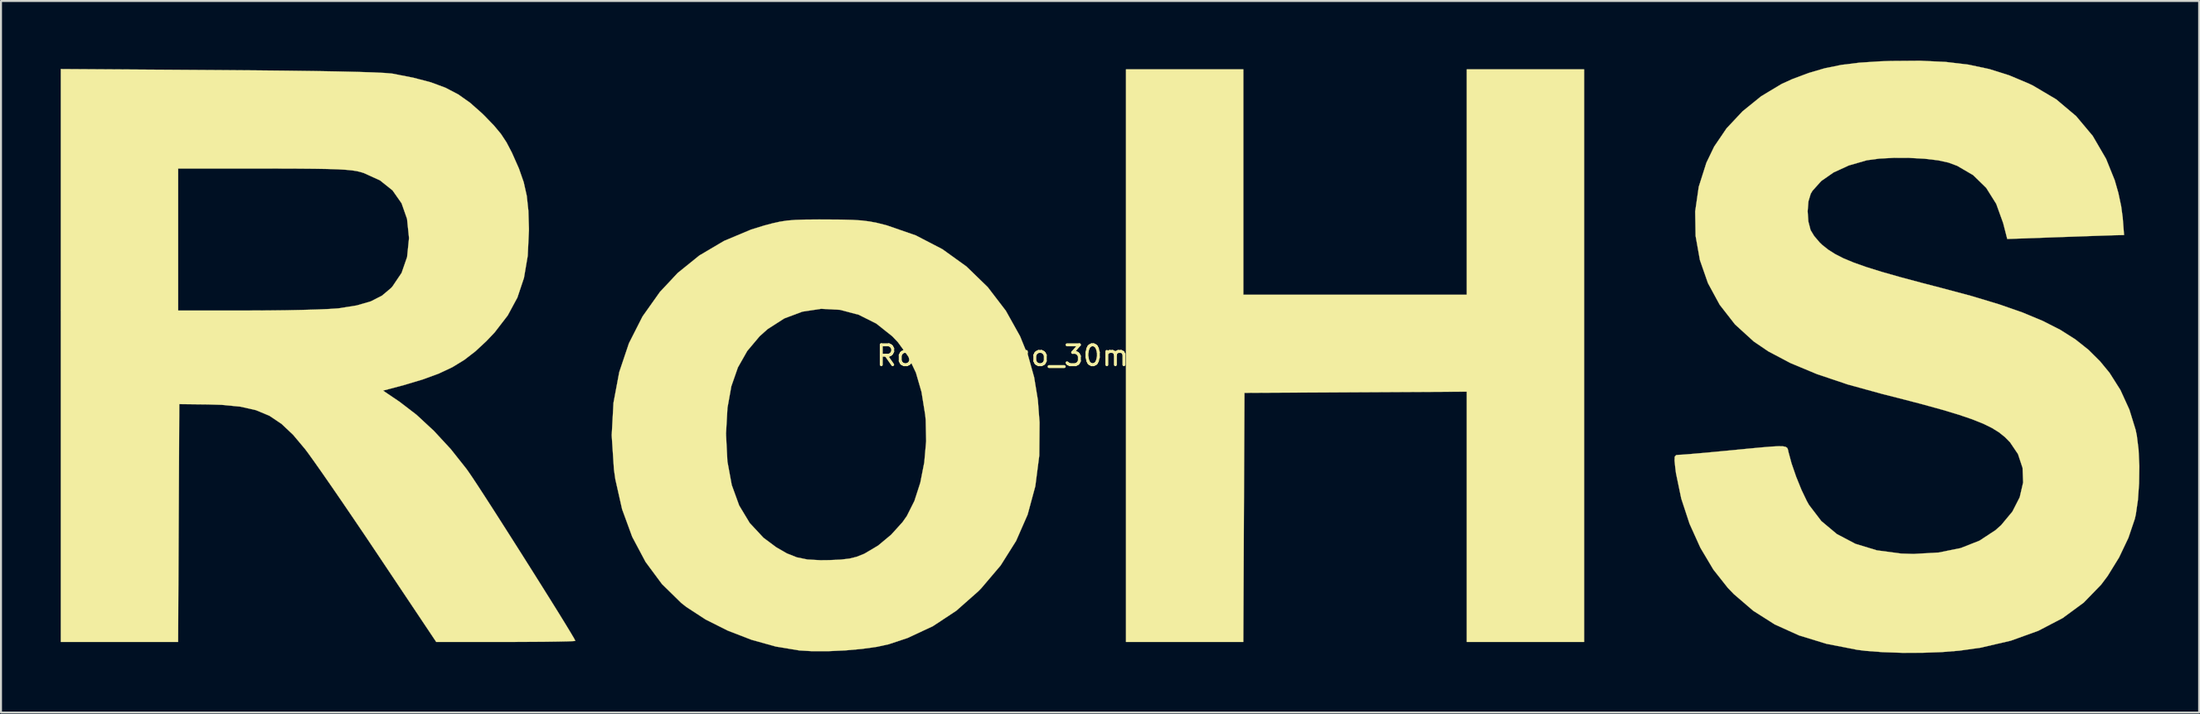
<source format=kicad_pcb>
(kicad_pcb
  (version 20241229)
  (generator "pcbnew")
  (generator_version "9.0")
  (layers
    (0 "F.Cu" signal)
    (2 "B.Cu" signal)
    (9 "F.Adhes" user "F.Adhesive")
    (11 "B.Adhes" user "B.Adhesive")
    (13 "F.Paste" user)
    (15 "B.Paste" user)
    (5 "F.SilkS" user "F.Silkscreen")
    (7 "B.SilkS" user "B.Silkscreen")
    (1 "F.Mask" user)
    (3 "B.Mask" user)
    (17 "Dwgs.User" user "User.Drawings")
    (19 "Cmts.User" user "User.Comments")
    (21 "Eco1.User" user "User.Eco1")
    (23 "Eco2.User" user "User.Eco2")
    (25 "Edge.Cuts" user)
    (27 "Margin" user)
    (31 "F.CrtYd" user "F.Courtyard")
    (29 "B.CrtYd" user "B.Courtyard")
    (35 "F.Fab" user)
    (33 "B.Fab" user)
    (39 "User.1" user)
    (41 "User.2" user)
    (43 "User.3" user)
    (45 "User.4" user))
  (footprint "RoHS-Logo_30mm_SilkScreen"
    (layer "F.Cu")
    (at 52.279 14.84)
    (property "Reference" "RoHS-Logo_30mm_SilkScreen" (at 0 0 0) (layer "F.SilkS") (effects (font (size 1 1) (thickness 0.15))))
    (attr exclude_from_pos_files exclude_from_bom allow_missing_courtyard)
    (fp_poly (pts (xy 7.144 -3.062) (xy 18.37 -3.062) (xy 18.37 -14.401) (xy 24.266 -14.401) (xy 24.266 14.401) (xy 18.37 14.401) (xy 18.37 1.812) (xy 7.2 1.871) (xy 7.171 8.136) (xy 7.142 14.401) (xy 1.247 14.401) (xy 1.247 -14.401) (xy 7.144 -14.401) (xy 7.144 -3.062)) (stroke (width 0.01) (type solid)) (fill yes) (layer "F.SilkS"))
    (fp_poly (pts (xy -13.834 -6.849) (xy -13.077 -6.844) (xy -12.493 -6.829) (xy -12.031 -6.8) (xy -11.635 -6.75) (xy -11.254 -6.676) (xy -10.835 -6.571) (xy -10.765 -6.552) (xy -9.314 -6.049) (xy -7.977 -5.355) (xy -6.767 -4.484) (xy -5.7 -3.448) (xy -4.79 -2.259) (xy -4.075 -0.977) (xy -3.66 0.043) (xy -3.367 1.09) (xy -3.181 2.228) (xy -3.096 3.357) (xy -3.11 5.026) (xy -3.309 6.568) (xy -3.695 7.996) (xy -4.274 9.319) (xy -5.049 10.551) (xy -6.025 11.702) (xy -6.175 11.855) (xy -7.281 12.833) (xy -8.454 13.608) (xy -9.733 14.205) (xy -10.679 14.519) (xy -11.27 14.648) (xy -12.019 14.752) (xy -12.856 14.827) (xy -13.714 14.867) (xy -14.524 14.867) (xy -15.162 14.83) (xy -16.346 14.634) (xy -17.566 14.294) (xy -18.762 13.832) (xy -19.875 13.273) (xy -20.843 12.642) (xy -21.101 12.439) (xy -22.069 11.489) (xy -22.893 10.375) (xy -23.563 9.114) (xy -24.072 7.722) (xy -24.411 6.217) (xy -24.481 5.726) (xy -24.593 4.01) (xy -24.591 3.969) (xy -18.849 3.969) (xy -18.78 5.32) (xy -18.562 6.506) (xy -18.189 7.536) (xy -17.659 8.418) (xy -16.967 9.161) (xy -16.328 9.638) (xy -15.797 9.945) (xy -15.298 10.144) (xy -14.759 10.254) (xy -14.109 10.29) (xy -13.664 10.285) (xy -13.08 10.259) (xy -12.648 10.208) (xy -12.292 10.12) (xy -11.937 9.98) (xy -11.882 9.954) (xy -11.21 9.555) (xy -10.551 9.006) (xy -9.982 8.376) (xy -9.765 8.068) (xy -9.384 7.309) (xy -9.088 6.392) (xy -8.888 5.371) (xy -8.794 4.302) (xy -8.816 3.239) (xy -8.842 2.975) (xy -9.027 1.826) (xy -9.308 0.856) (xy -9.699 0.032) (xy -10.214 -0.678) (xy -10.496 -0.975) (xy -11.3 -1.614) (xy -12.183 -2.057) (xy -13.117 -2.304) (xy -14.071 -2.356) (xy -15.015 -2.212) (xy -15.92 -1.873) (xy -16.755 -1.338) (xy -17.162 -0.974) (xy -17.783 -0.235) (xy -18.253 0.594) (xy -18.582 1.54) (xy -18.777 2.628) (xy -18.848 3.885) (xy -18.849 3.969) (xy -24.591 3.969) (xy -24.504 2.373) (xy -24.214 0.826) (xy -23.727 -0.625) (xy -23.045 -1.971) (xy -22.171 -3.205) (xy -21.277 -4.16) (xy -20.192 -5.037) (xy -18.951 -5.771) (xy -17.591 -6.342) (xy -16.942 -6.543) (xy -16.509 -6.658) (xy -16.136 -6.741) (xy -15.771 -6.796) (xy -15.36 -6.829) (xy -14.851 -6.845) (xy -14.191 -6.85) (xy -13.834 -6.849)) (stroke (width 0.01) (type solid)) (fill yes) (layer "F.SilkS"))
    (fp_poly (pts (xy -44.308 -14.365) (xy -42.527 -14.351) (xy -40.936 -14.335) (xy -39.539 -14.317) (xy -38.343 -14.296) (xy -37.352 -14.273) (xy -36.571 -14.248) (xy -36.005 -14.221) (xy -35.659 -14.192) (xy -35.605 -14.185) (xy -34.553 -13.979) (xy -33.682 -13.75) (xy -32.948 -13.478) (xy -32.305 -13.142) (xy -31.709 -12.721) (xy -31.114 -12.194) (xy -30.988 -12.071) (xy -30.511 -11.577) (xy -30.158 -11.153) (xy -29.877 -10.726) (xy -29.615 -10.224) (xy -29.601 -10.195) (xy -29.256 -9.416) (xy -29.014 -8.722) (xy -28.861 -8.037) (xy -28.78 -7.286) (xy -28.753 -6.394) (xy -28.753 -6.293) (xy -28.813 -5.024) (xy -29.001 -3.913) (xy -29.331 -2.924) (xy -29.818 -2.022) (xy -30.476 -1.167) (xy -30.889 -0.732) (xy -31.443 -0.217) (xy -31.998 0.212) (xy -32.593 0.577) (xy -33.269 0.896) (xy -34.066 1.19) (xy -35.024 1.478) (xy -35.703 1.659) (xy -36.084 1.758) (xy -35.249 2.323) (xy -34.4 2.975) (xy -33.525 3.787) (xy -32.675 4.707) (xy -31.904 5.68) (xy -31.789 5.84) (xy -31.594 6.126) (xy -31.311 6.555) (xy -30.955 7.103) (xy -30.54 7.747) (xy -30.083 8.462) (xy -29.597 9.226) (xy -29.097 10.014) (xy -28.6 10.802) (xy -28.119 11.568) (xy -27.669 12.286) (xy -27.266 12.934) (xy -26.925 13.488) (xy -26.661 13.923) (xy -26.487 14.217) (xy -26.421 14.346) (xy -26.421 14.348) (xy -26.529 14.361) (xy -26.838 14.373) (xy -27.318 14.383) (xy -27.943 14.392) (xy -28.686 14.397) (xy -29.518 14.401) (xy -29.916 14.401) (xy -33.411 14.401) (xy -36.308 10.064) (xy -36.932 9.132) (xy -37.547 8.223) (xy -38.133 7.361) (xy -38.675 6.571) (xy -39.155 5.879) (xy -39.555 5.31) (xy -39.859 4.887) (xy -39.998 4.702) (xy -40.599 3.985) (xy -41.183 3.433) (xy -41.793 3.024) (xy -42.47 2.742) (xy -43.256 2.565) (xy -44.194 2.475) (xy -44.897 2.454) (xy -46.321 2.438) (xy -46.35 8.419) (xy -46.38 14.401) (xy -52.274 14.401) (xy -52.274 -9.412) (xy -46.378 -9.412) (xy -46.378 -2.268) (xy -42.834 -2.269) (xy -41.904 -2.273) (xy -40.998 -2.283) (xy -40.155 -2.3) (xy -39.413 -2.321) (xy -38.81 -2.347) (xy -38.385 -2.375) (xy -38.3 -2.383) (xy -37.407 -2.525) (xy -36.698 -2.731) (xy -36.136 -3.018) (xy -35.683 -3.4) (xy -35.615 -3.474) (xy -35.151 -4.162) (xy -34.874 -4.962) (xy -34.78 -5.888) (xy -34.781 -5.953) (xy -34.877 -6.88) (xy -35.152 -7.665) (xy -35.604 -8.311) (xy -36.236 -8.817) (xy -37.047 -9.185) (xy -37.196 -9.232) (xy -37.389 -9.28) (xy -37.63 -9.318) (xy -37.943 -9.349) (xy -38.351 -9.373) (xy -38.877 -9.39) (xy -39.546 -9.401) (xy -40.382 -9.408) (xy -41.406 -9.411) (xy -42.089 -9.412) (xy -46.378 -9.412) (xy -52.274 -9.412) (xy -52.274 -14.417) (xy -44.308 -14.365)) (stroke (width 0.01) (type solid)) (fill yes) (layer "F.SilkS"))
    (fp_poly (pts (xy 42.433 -14.775) (xy 43.58 -14.638) (xy 44.63 -14.415) (xy 45.624 -14.101) (xy 46.603 -13.689) (xy 46.819 -13.585) (xy 47.987 -12.893) (xy 48.987 -12.05) (xy 49.822 -11.053) (xy 50.493 -9.899) (xy 50.927 -8.823) (xy 51.11 -8.183) (xy 51.253 -7.507) (xy 51.328 -6.947) (xy 51.396 -6.067) (xy 51.07 -6.06) (xy 50.865 -6.055) (xy 50.47 -6.042) (xy 49.923 -6.024) (xy 49.261 -6.001) (xy 48.52 -5.975) (xy 48.135 -5.962) (xy 45.527 -5.869) (xy 45.321 -6.671) (xy 44.973 -7.635) (xy 44.469 -8.44) (xy 43.814 -9.08) (xy 43.016 -9.547) (xy 42.579 -9.71) (xy 42.054 -9.825) (xy 41.374 -9.905) (xy 40.609 -9.947) (xy 39.828 -9.95) (xy 39.1 -9.912) (xy 38.494 -9.831) (xy 38.45 -9.822) (xy 37.569 -9.568) (xy 36.802 -9.216) (xy 36.181 -8.784) (xy 35.742 -8.294) (xy 35.652 -8.142) (xy 35.537 -7.76) (xy 35.498 -7.263) (xy 35.533 -6.749) (xy 35.645 -6.317) (xy 35.645 -6.316) (xy 35.825 -6.019) (xy 36.102 -5.693) (xy 36.237 -5.564) (xy 36.534 -5.329) (xy 36.881 -5.109) (xy 37.299 -4.895) (xy 37.812 -4.682) (xy 38.441 -4.459) (xy 39.208 -4.219) (xy 40.137 -3.954) (xy 41.248 -3.656) (xy 42.182 -3.414) (xy 43.751 -2.994) (xy 45.116 -2.582) (xy 46.297 -2.17) (xy 47.316 -1.745) (xy 48.193 -1.298) (xy 48.95 -0.818) (xy 49.609 -0.294) (xy 50.19 0.284) (xy 50.668 0.866) (xy 51.213 1.727) (xy 51.663 2.714) (xy 51.977 3.73) (xy 52.037 4.018) (xy 52.125 4.726) (xy 52.163 5.553) (xy 52.151 6.423) (xy 52.093 7.257) (xy 51.989 7.977) (xy 51.938 8.207) (xy 51.615 9.164) (xy 51.146 10.151) (xy 50.573 11.081) (xy 50.242 11.523) (xy 49.365 12.427) (xy 48.311 13.201) (xy 47.088 13.84) (xy 45.708 14.338) (xy 44.181 14.692) (xy 43.113 14.842) (xy 42.232 14.912) (xy 41.25 14.947) (xy 40.238 14.948) (xy 39.267 14.915) (xy 38.408 14.85) (xy 37.987 14.797) (xy 36.437 14.494) (xy 35.064 14.072) (xy 33.847 13.522) (xy 32.763 12.833) (xy 31.789 11.995) (xy 31.49 11.685) (xy 30.758 10.758) (xy 30.108 9.664) (xy 29.563 8.456) (xy 29.147 7.189) (xy 28.882 5.913) (xy 28.847 5.641) (xy 28.81 5.276) (xy 28.819 5.081) (xy 28.888 5.003) (xy 29.035 4.989) (xy 29.042 4.989) (xy 29.234 4.979) (xy 29.613 4.949) (xy 30.141 4.903) (xy 30.778 4.845) (xy 31.486 4.778) (xy 31.637 4.764) (xy 32.506 4.679) (xy 33.177 4.616) (xy 33.675 4.575) (xy 34.027 4.556) (xy 34.26 4.561) (xy 34.4 4.59) (xy 34.474 4.644) (xy 34.508 4.723) (xy 34.53 4.83) (xy 34.534 4.848) (xy 34.69 5.424) (xy 34.919 6.088) (xy 35.187 6.75) (xy 35.459 7.319) (xy 35.566 7.509) (xy 36.184 8.32) (xy 36.962 8.972) (xy 37.894 9.464) (xy 38.975 9.793) (xy 40.199 9.956) (xy 40.821 9.975) (xy 42.086 9.902) (xy 43.187 9.68) (xy 44.134 9.306) (xy 44.939 8.777) (xy 45.222 8.523) (xy 45.784 7.846) (xy 46.153 7.123) (xy 46.325 6.38) (xy 46.297 5.647) (xy 46.066 4.95) (xy 45.664 4.355) (xy 45.411 4.097) (xy 45.116 3.861) (xy 44.758 3.638) (xy 44.316 3.421) (xy 43.77 3.203) (xy 43.098 2.974) (xy 42.28 2.727) (xy 41.295 2.455) (xy 40.122 2.149) (xy 39.268 1.933) (xy 37.507 1.448) (xy 35.961 0.927) (xy 34.631 0.372) (xy 33.52 -0.216) (xy 32.791 -0.711) (xy 31.848 -1.571) (xy 31.079 -2.558) (xy 30.489 -3.645) (xy 30.084 -4.808) (xy 29.868 -6.02) (xy 29.847 -7.257) (xy 30.025 -8.492) (xy 30.409 -9.702) (xy 30.8 -10.516) (xy 31.424 -11.435) (xy 32.228 -12.292) (xy 33.163 -13.049) (xy 34.185 -13.664) (xy 34.724 -13.91) (xy 35.557 -14.222) (xy 36.36 -14.457) (xy 37.189 -14.625) (xy 38.103 -14.738) (xy 39.16 -14.806) (xy 39.689 -14.824) (xy 41.15 -14.835) (xy 42.433 -14.775)) (stroke (width 0.01) (type solid)) (fill yes) (layer "F.SilkS")))
  (gr_rect
    (start -3 -3)
    (end 107.447 32.793)
    (stroke (width 0.1) (type default))
    (fill no)
    (layer "Edge.Cuts")))
</source>
